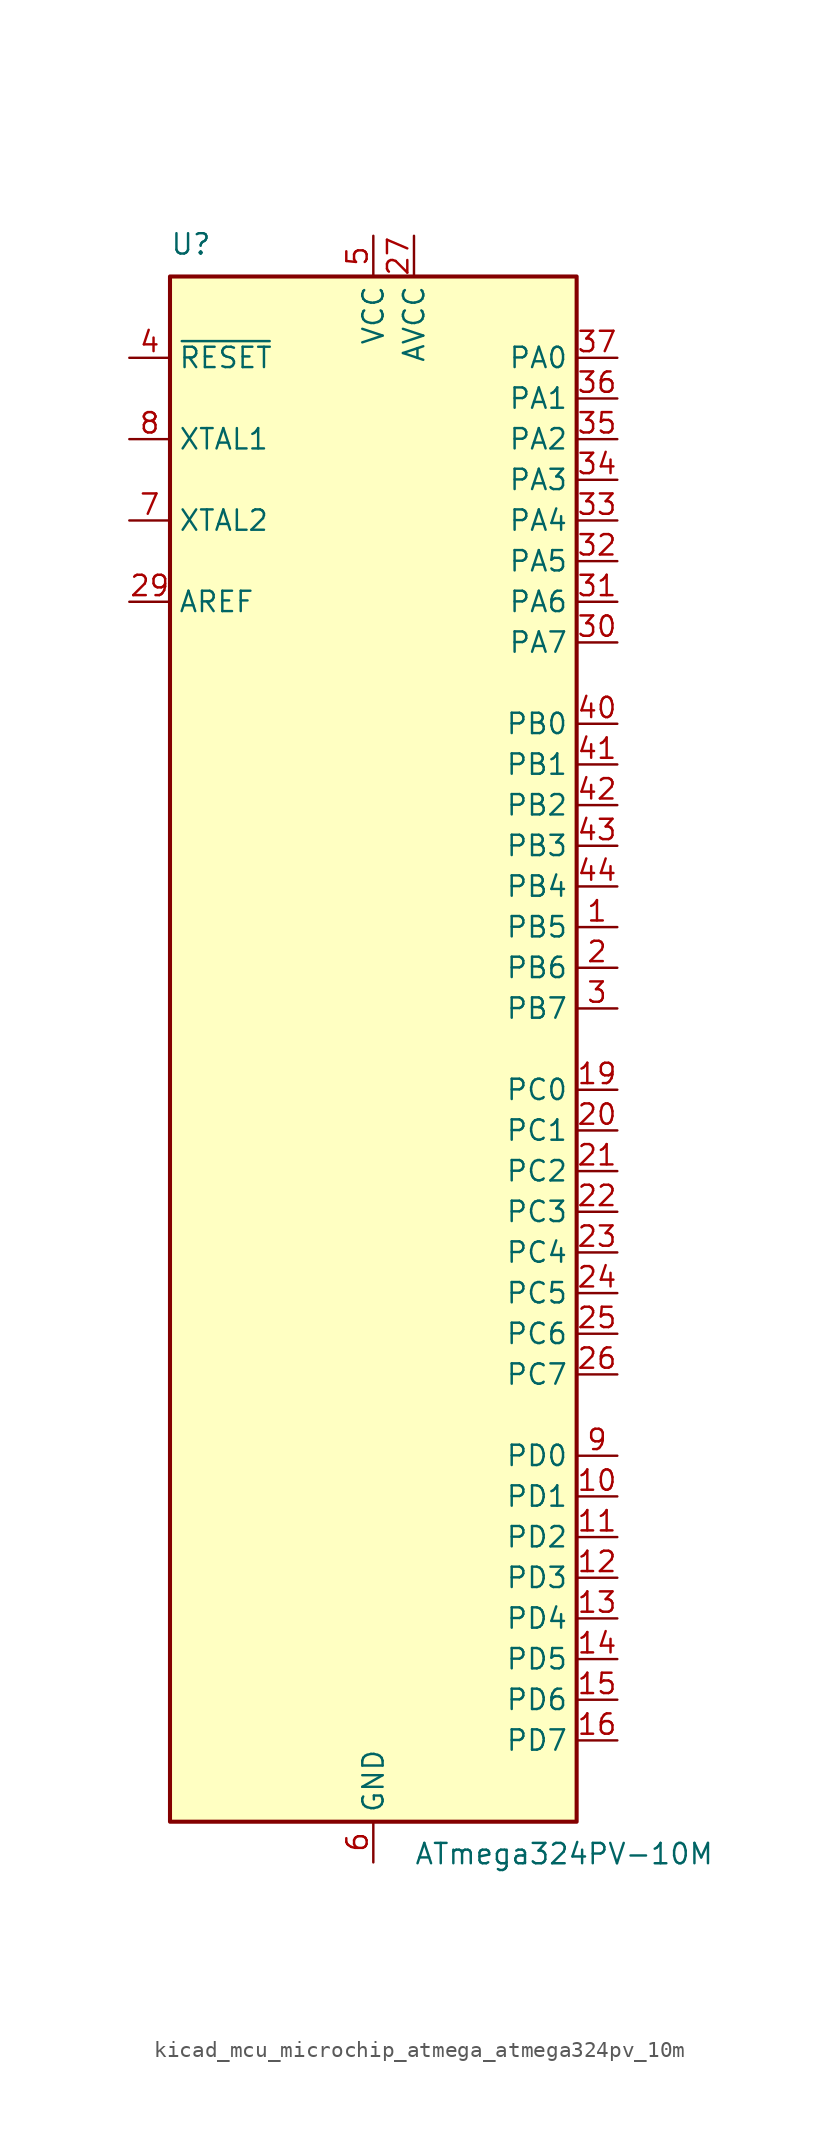
<source format=kicad_sym>
(kicad_symbol_lib
  (version 20220914)
  (generator kicad_symbol_editor)
  (symbol "kicad_mcu_microchip_atmega_atmega324pv_10m"
    (property "Reference" "U"
      (at -12.7 49.53 0)
      (effects (font (size 1.27 1.27)) (justify left bottom)))
    (property "Value" "ATmega324PV-10M"
      (at 2.54 -49.53 0)
      (effects (font (size 1.27 1.27)) (justify left top)))
    (symbol "kicad_mcu_microchip_atmega_atmega324pv_10m_0_1"
      (rectangle (start -12.7 -48.26) (end 12.7 48.26) (stroke (width 0.254) (type default)) (fill (type background))))
    (symbol "kicad_mcu_microchip_atmega_atmega324pv_10m_1_1"
      (pin bidirectional line (at 15.24 7.62 180) (length 2.54) (name "PB5" (effects (font (size 1.27 1.27)))) (number "1" (effects (font (size 1.27 1.27)))))
      (pin bidirectional line (at 15.24 -27.94 180) (length 2.54) (name "PD1" (effects (font (size 1.27 1.27)))) (number "10" (effects (font (size 1.27 1.27)))))
      (pin bidirectional line (at 15.24 -30.48 180) (length 2.54) (name "PD2" (effects (font (size 1.27 1.27)))) (number "11" (effects (font (size 1.27 1.27)))))
      (pin bidirectional line (at 15.24 -33.02 180) (length 2.54) (name "PD3" (effects (font (size 1.27 1.27)))) (number "12" (effects (font (size 1.27 1.27)))))
      (pin bidirectional line (at 15.24 -35.56 180) (length 2.54) (name "PD4" (effects (font (size 1.27 1.27)))) (number "13" (effects (font (size 1.27 1.27)))))
      (pin bidirectional line (at 15.24 -38.1 180) (length 2.54) (name "PD5" (effects (font (size 1.27 1.27)))) (number "14" (effects (font (size 1.27 1.27)))))
      (pin bidirectional line (at 15.24 -40.64 180) (length 2.54) (name "PD6" (effects (font (size 1.27 1.27)))) (number "15" (effects (font (size 1.27 1.27)))))
      (pin bidirectional line (at 15.24 -43.18 180) (length 2.54) (name "PD7" (effects (font (size 1.27 1.27)))) (number "16" (effects (font (size 1.27 1.27)))))
      (pin passive line (at 0 50.8 270) (length 2.54) hide (name "VCC" (effects (font (size 1.27 1.27)))) (number "17" (effects (font (size 1.27 1.27)))))
      (pin passive line (at 0 -50.8 90) (length 2.54) hide (name "GND" (effects (font (size 1.27 1.27)))) (number "18" (effects (font (size 1.27 1.27)))))
      (pin bidirectional line (at 15.24 -2.54 180) (length 2.54) (name "PC0" (effects (font (size 1.27 1.27)))) (number "19" (effects (font (size 1.27 1.27)))))
      (pin bidirectional line (at 15.24 5.08 180) (length 2.54) (name "PB6" (effects (font (size 1.27 1.27)))) (number "2" (effects (font (size 1.27 1.27)))))
      (pin bidirectional line (at 15.24 -5.08 180) (length 2.54) (name "PC1" (effects (font (size 1.27 1.27)))) (number "20" (effects (font (size 1.27 1.27)))))
      (pin bidirectional line (at 15.24 -7.62 180) (length 2.54) (name "PC2" (effects (font (size 1.27 1.27)))) (number "21" (effects (font (size 1.27 1.27)))))
      (pin bidirectional line (at 15.24 -10.16 180) (length 2.54) (name "PC3" (effects (font (size 1.27 1.27)))) (number "22" (effects (font (size 1.27 1.27)))))
      (pin bidirectional line (at 15.24 -12.7 180) (length 2.54) (name "PC4" (effects (font (size 1.27 1.27)))) (number "23" (effects (font (size 1.27 1.27)))))
      (pin bidirectional line (at 15.24 -15.24 180) (length 2.54) (name "PC5" (effects (font (size 1.27 1.27)))) (number "24" (effects (font (size 1.27 1.27)))))
      (pin bidirectional line (at 15.24 -17.78 180) (length 2.54) (name "PC6" (effects (font (size 1.27 1.27)))) (number "25" (effects (font (size 1.27 1.27)))))
      (pin bidirectional line (at 15.24 -20.32 180) (length 2.54) (name "PC7" (effects (font (size 1.27 1.27)))) (number "26" (effects (font (size 1.27 1.27)))))
      (pin power_in line (at 2.54 50.8 270) (length 2.54) (name "AVCC" (effects (font (size 1.27 1.27)))) (number "27" (effects (font (size 1.27 1.27)))))
      (pin passive line (at 0 -50.8 90) (length 2.54) hide (name "GND" (effects (font (size 1.27 1.27)))) (number "28" (effects (font (size 1.27 1.27)))))
      (pin passive line (at -15.24 27.94 0) (length 2.54) (name "AREF" (effects (font (size 1.27 1.27)))) (number "29" (effects (font (size 1.27 1.27)))))
      (pin bidirectional line (at 15.24 2.54 180) (length 2.54) (name "PB7" (effects (font (size 1.27 1.27)))) (number "3" (effects (font (size 1.27 1.27)))))
      (pin bidirectional line (at 15.24 25.4 180) (length 2.54) (name "PA7" (effects (font (size 1.27 1.27)))) (number "30" (effects (font (size 1.27 1.27)))))
      (pin bidirectional line (at 15.24 27.94 180) (length 2.54) (name "PA6" (effects (font (size 1.27 1.27)))) (number "31" (effects (font (size 1.27 1.27)))))
      (pin bidirectional line (at 15.24 30.48 180) (length 2.54) (name "PA5" (effects (font (size 1.27 1.27)))) (number "32" (effects (font (size 1.27 1.27)))))
      (pin bidirectional line (at 15.24 33.02 180) (length 2.54) (name "PA4" (effects (font (size 1.27 1.27)))) (number "33" (effects (font (size 1.27 1.27)))))
      (pin bidirectional line (at 15.24 35.56 180) (length 2.54) (name "PA3" (effects (font (size 1.27 1.27)))) (number "34" (effects (font (size 1.27 1.27)))))
      (pin bidirectional line (at 15.24 38.1 180) (length 2.54) (name "PA2" (effects (font (size 1.27 1.27)))) (number "35" (effects (font (size 1.27 1.27)))))
      (pin bidirectional line (at 15.24 40.64 180) (length 2.54) (name "PA1" (effects (font (size 1.27 1.27)))) (number "36" (effects (font (size 1.27 1.27)))))
      (pin bidirectional line (at 15.24 43.18 180) (length 2.54) (name "PA0" (effects (font (size 1.27 1.27)))) (number "37" (effects (font (size 1.27 1.27)))))
      (pin passive line (at 0 50.8 270) (length 2.54) hide (name "VCC" (effects (font (size 1.27 1.27)))) (number "38" (effects (font (size 1.27 1.27)))))
      (pin passive line (at 0 -50.8 90) (length 2.54) hide (name "GND" (effects (font (size 1.27 1.27)))) (number "39" (effects (font (size 1.27 1.27)))))
      (pin input line (at -15.24 43.18 0) (length 2.54) (name "~{RESET}" (effects (font (size 1.27 1.27)))) (number "4" (effects (font (size 1.27 1.27)))))
      (pin bidirectional line (at 15.24 20.32 180) (length 2.54) (name "PB0" (effects (font (size 1.27 1.27)))) (number "40" (effects (font (size 1.27 1.27)))))
      (pin bidirectional line (at 15.24 17.78 180) (length 2.54) (name "PB1" (effects (font (size 1.27 1.27)))) (number "41" (effects (font (size 1.27 1.27)))))
      (pin bidirectional line (at 15.24 15.24 180) (length 2.54) (name "PB2" (effects (font (size 1.27 1.27)))) (number "42" (effects (font (size 1.27 1.27)))))
      (pin bidirectional line (at 15.24 12.7 180) (length 2.54) (name "PB3" (effects (font (size 1.27 1.27)))) (number "43" (effects (font (size 1.27 1.27)))))
      (pin bidirectional line (at 15.24 10.16 180) (length 2.54) (name "PB4" (effects (font (size 1.27 1.27)))) (number "44" (effects (font (size 1.27 1.27)))))
      (pin passive line (at 0 -50.8 90) (length 2.54) hide (name "GND" (effects (font (size 1.27 1.27)))) (number "45" (effects (font (size 1.27 1.27)))))
      (pin power_in line (at 0 50.8 270) (length 2.54) (name "VCC" (effects (font (size 1.27 1.27)))) (number "5" (effects (font (size 1.27 1.27)))))
      (pin power_in line (at 0 -50.8 90) (length 2.54) (name "GND" (effects (font (size 1.27 1.27)))) (number "6" (effects (font (size 1.27 1.27)))))
      (pin output line (at -15.24 33.02 0) (length 2.54) (name "XTAL2" (effects (font (size 1.27 1.27)))) (number "7" (effects (font (size 1.27 1.27)))))
      (pin input line (at -15.24 38.1 0) (length 2.54) (name "XTAL1" (effects (font (size 1.27 1.27)))) (number "8" (effects (font (size 1.27 1.27)))))
      (pin bidirectional line (at 15.24 -25.4 180) (length 2.54) (name "PD0" (effects (font (size 1.27 1.27)))) (number "9" (effects (font (size 1.27 1.27))))))))
</source>
